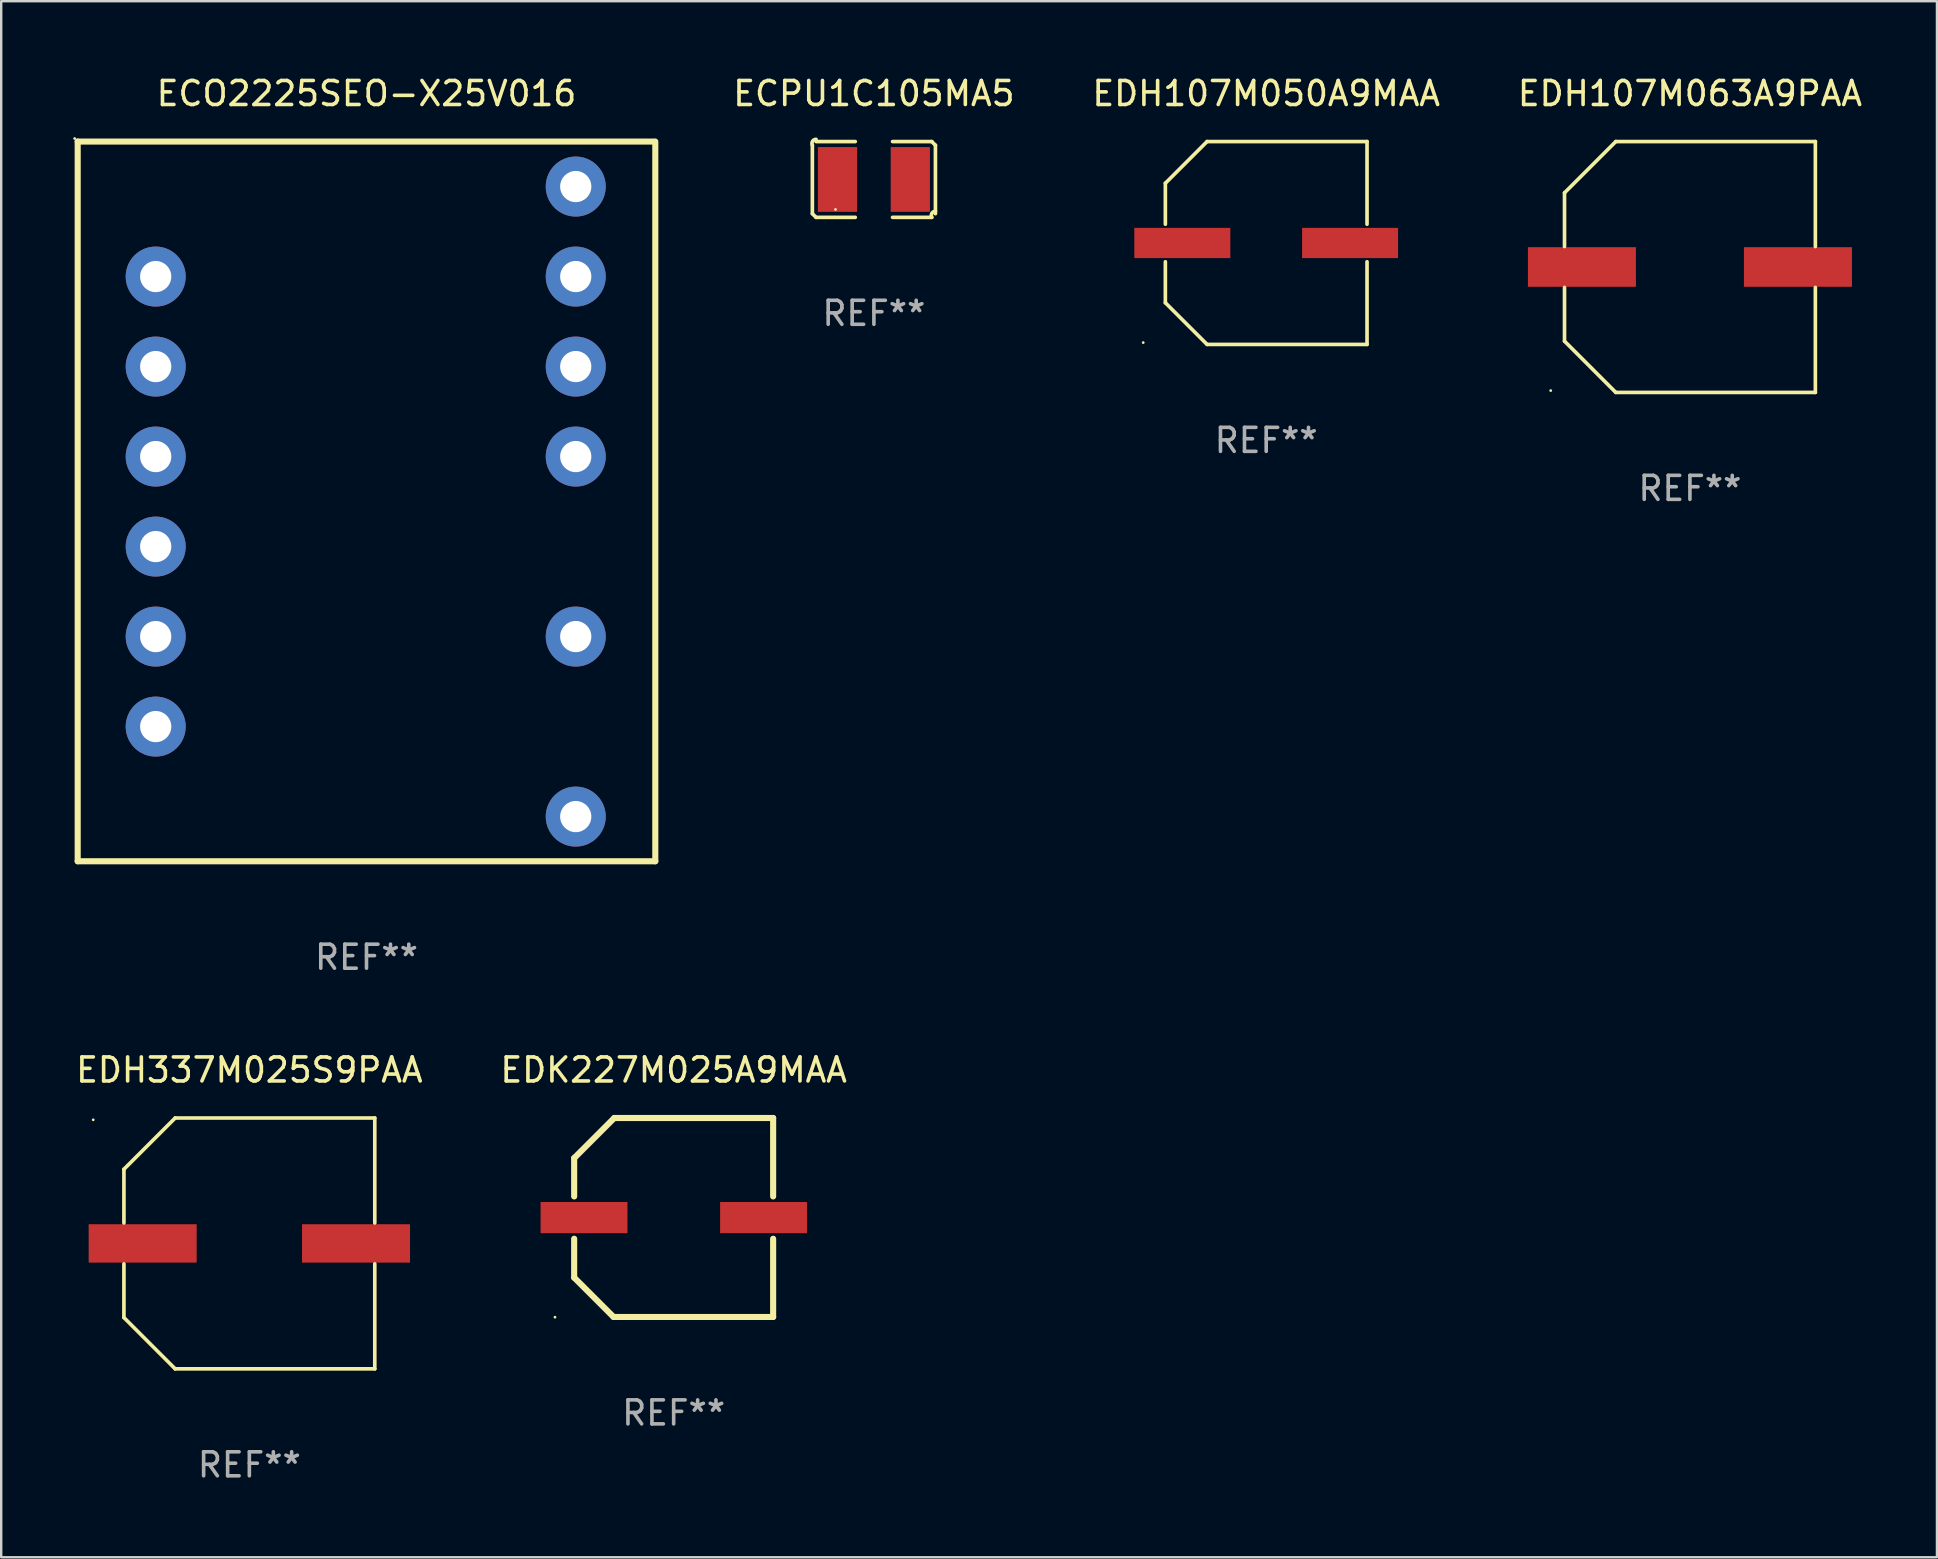
<source format=kicad_pcb>
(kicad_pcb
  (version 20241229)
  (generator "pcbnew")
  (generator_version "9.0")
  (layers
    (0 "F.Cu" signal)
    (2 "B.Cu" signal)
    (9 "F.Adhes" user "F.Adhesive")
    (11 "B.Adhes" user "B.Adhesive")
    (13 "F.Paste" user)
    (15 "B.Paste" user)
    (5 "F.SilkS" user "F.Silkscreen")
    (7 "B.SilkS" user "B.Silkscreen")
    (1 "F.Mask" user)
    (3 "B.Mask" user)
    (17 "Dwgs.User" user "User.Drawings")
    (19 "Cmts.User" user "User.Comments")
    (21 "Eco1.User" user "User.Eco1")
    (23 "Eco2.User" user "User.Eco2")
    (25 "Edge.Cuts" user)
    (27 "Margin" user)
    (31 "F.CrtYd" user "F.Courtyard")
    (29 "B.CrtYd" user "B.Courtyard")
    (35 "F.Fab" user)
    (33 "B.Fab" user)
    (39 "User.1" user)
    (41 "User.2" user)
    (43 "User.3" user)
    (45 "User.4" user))
  (footprint "EDK227M025A9MAA"
    (layer "F.Cu")
    (at 25.018 47.676)
    (property "Reference" "EDK227M025A9MAA" (at 0 -6.145 0) (layer "F.SilkS") (effects (font (size 1 1) (thickness 0.15))))
    (attr through_hole)
    (fp_line (start -4.145 -2.475) (end -4.145 -0.876) (stroke (width 0.254) (type solid)) (layer "F.SilkS"))
    (fp_line (start -4.145 0.886) (end -4.145 2.505) (stroke (width 0.254) (type solid)) (layer "F.SilkS"))
    (fp_line (start -4.145 2.505) (end -2.505 4.145) (stroke (width 0.254) (type solid)) (layer "F.SilkS"))
    (fp_line (start -2.505 4.145) (end 4.145 4.145) (stroke (width 0.254) (type solid)) (layer "F.SilkS"))
    (fp_line (start -2.475 -4.145) (end -4.145 -2.475) (stroke (width 0.254) (type solid)) (layer "F.SilkS"))
    (fp_line (start 4.145 -4.145) (end -2.475 -4.145) (stroke (width 0.254) (type solid)) (layer "F.SilkS"))
    (fp_line (start 4.145 -0.876) (end 4.145 -4.145) (stroke (width 0.254) (type solid)) (layer "F.SilkS"))
    (fp_line (start 4.145 4.145) (end 4.145 0.886) (stroke (width 0.254) (type solid)) (layer "F.SilkS"))
    (fp_circle (center -4.945 4.155) (end -4.915 4.155) (stroke (width 0.06) (type solid)) (fill no) (layer "F.SilkS"))
    (fp_text user "REF**" (at 0 8.145 0) (layer "F.Fab") (effects (font (size 1 1) (thickness 0.15))))
    (pad "1" smd rect (at -3.735 0.005) (size 3.62 1.3) (layers "F.Cu" "F.Mask" "F.Paste"))
    (pad "2" smd rect (at 3.745 0.005) (size 3.62 1.3) (layers "F.Cu" "F.Mask" "F.Paste")))
  (footprint "ECPU1C105MA5"
    (layer "F.Cu")
    (at 33.361 4.427)
    (property "Reference" "ECPU1C105MA5" (at 0 -3.579 0) (layer "F.SilkS") (effects (font (size 1 1) (thickness 0.15))))
    (attr through_hole)
    (fp_line (start -2.564 1.426) (end -2.564 -1.426) (stroke (width 0.152) (type solid)) (layer "F.SilkS"))
    (fp_line (start -2.411 -1.579) (end -0.776 -1.579) (stroke (width 0.152) (type solid)) (layer "F.SilkS"))
    (fp_line (start -0.776 1.579) (end -2.411 1.579) (stroke (width 0.152) (type solid)) (layer "F.SilkS"))
    (fp_line (start 0.776 1.579) (end 2.411 1.579) (stroke (width 0.152) (type solid)) (layer "F.SilkS"))
    (fp_line (start 2.411 -1.579) (end 0.776 -1.579) (stroke (width 0.152) (type solid)) (layer "F.SilkS"))
    (fp_line (start 2.564 1.426) (end 2.564 -1.426) (stroke (width 0.152) (type solid)) (layer "F.SilkS"))
    (fp_arc (start -2.563602 -1.426213) (mid -2.555597 -1.591233) (end -2.411201 -1.671518) (stroke (width 0.1524) (type solid)) (layer "F.SilkS"))
    (fp_arc (start -2.5636 1.426214) (mid -2.487389 1.502402) (end -2.411201 1.578613) (stroke (width 0.1524) (type solid)) (layer "F.SilkS"))
    (fp_arc (start 2.411197 -1.578618) (mid 2.487403 -1.502419) (end 2.563602 -1.426213) (stroke (width 0.1524) (type solid)) (layer "F.SilkS"))
    (fp_arc (start 2.411201 1.578613) (mid 2.416214 1.409455) (end 2.563602 1.32629) (stroke (width 0.1524) (type solid)) (layer "F.SilkS"))
    (fp_circle (center -1.6 1.25) (end -1.57 1.25) (stroke (width 0.06) (type solid)) (fill no) (layer "F.SilkS"))
    (fp_text user "REF**" (at 0 5.579 0) (layer "F.Fab") (effects (font (size 1 1) (thickness 0.15))))
    (pad "1" smd rect (at -1.517 0) (size 1.635 2.7) (layers "F.Cu" "F.Mask" "F.Paste"))
    (pad "2" smd rect (at 1.517 0) (size 1.635 2.7) (layers "F.Cu" "F.Mask" "F.Paste")))
  (footprint "ECO2225SEO-X25V016"
    (layer "F.Cu")
    (at 12.22 17.841)
    (property "Reference" "ECO2225SEO-X25V016" (at 0 -16.993 0) (layer "F.SilkS") (effects (font (size 1 1) (thickness 0.15))))
    (attr through_hole)
    (fp_line (start -12.033 -14.993) (end -12.033 14.993) (stroke (width 0.254) (type solid)) (layer "F.SilkS"))
    (fp_line (start -12.033 14.993) (end 12.033 14.993) (stroke (width 0.254) (type solid)) (layer "F.SilkS"))
    (fp_line (start 11.968 -14.993) (end -12.033 -14.993) (stroke (width 0.254) (type solid)) (layer "F.SilkS"))
    (fp_line (start 12.033 14.993) (end 12.033 -14.993) (stroke (width 0.254) (type solid)) (layer "F.SilkS"))
    (fp_circle (center -12.16 -15.12) (end -12.13 -15.12) (stroke (width 0.06) (type solid)) (fill no) (layer "F.SilkS"))
    (fp_text user "REF**" (at 0 18.993 0) (layer "F.Fab") (effects (font (size 1 1) (thickness 0.15))))
    (pad "1" thru_hole circle (at -8.783 -9.368) (size 2.5 2.5) (drill 1.3) (layers "*.Cu" "*.Mask"))
    (pad "2" thru_hole circle (at -8.783 -5.618) (size 2.5 2.5) (drill 1.3) (layers "*.Cu" "*.Mask"))
    (pad "3" thru_hole circle (at -8.783 -1.868) (size 2.5 2.5) (drill 1.3) (layers "*.Cu" "*.Mask"))
    (pad "4" thru_hole circle (at -8.783 1.882) (size 2.5 2.5) (drill 1.3) (layers "*.Cu" "*.Mask"))
    (pad "5" thru_hole circle (at -8.783 5.632) (size 2.5 2.5) (drill 1.3) (layers "*.Cu" "*.Mask"))
    (pad "6" thru_hole circle (at -8.783 9.382) (size 2.5 2.5) (drill 1.3) (layers "*.Cu" "*.Mask"))
    (pad "7" thru_hole circle (at 8.718 13.132) (size 2.5 2.5) (drill 1.3) (layers "*.Cu" "*.Mask"))
    (pad "9" thru_hole circle (at 8.718 5.632) (size 2.5 2.5) (drill 1.3) (layers "*.Cu" "*.Mask"))
    (pad "11" thru_hole circle (at 8.718 -1.868) (size 2.5 2.5) (drill 1.3) (layers "*.Cu" "*.Mask"))
    (pad "12" thru_hole circle (at 8.718 -5.618) (size 2.5 2.5) (drill 1.3) (layers "*.Cu" "*.Mask"))
    (pad "13" thru_hole circle (at 8.718 -9.368) (size 2.5 2.5) (drill 1.3) (layers "*.Cu" "*.Mask"))
    (pad "14" thru_hole circle (at 8.718 -13.118) (size 2.5 2.5) (drill 1.3) (layers "*.Cu" "*.Mask")))
  (footprint "EDH107M063A9PAA"
    (layer "F.Cu")
    (at 67.361 8.074)
    (property "Reference" "EDH107M063A9PAA" (at 0 -7.226 0) (layer "F.SilkS") (effects (font (size 1 1) (thickness 0.15))))
    (attr through_hole)
    (fp_line (start -5.226 -3.09) (end -5.226 -0.852) (stroke (width 0.152) (type solid)) (layer "F.SilkS"))
    (fp_line (start -5.226 3.09) (end -5.226 0.852) (stroke (width 0.152) (type solid)) (layer "F.SilkS"))
    (fp_line (start -3.09 -5.226) (end -5.226 -3.09) (stroke (width 0.152) (type solid)) (layer "F.SilkS"))
    (fp_line (start -3.09 5.226) (end -5.226 3.09) (stroke (width 0.152) (type solid)) (layer "F.SilkS"))
    (fp_line (start 5.226 -5.226) (end -3.09 -5.226) (stroke (width 0.152) (type solid)) (layer "F.SilkS"))
    (fp_line (start 5.226 -0.852) (end 5.226 -5.226) (stroke (width 0.152) (type solid)) (layer "F.SilkS"))
    (fp_line (start 5.226 0.852) (end 5.226 5.226) (stroke (width 0.152) (type solid)) (layer "F.SilkS"))
    (fp_line (start 5.226 5.226) (end -3.09 5.226) (stroke (width 0.152) (type solid)) (layer "F.SilkS"))
    (fp_circle (center -5.8 5.15) (end -5.77 5.15) (stroke (width 0.06) (type solid)) (fill no) (layer "F.SilkS"))
    (fp_text user "REF**" (at 0 9.226 0) (layer "F.Fab") (effects (font (size 1 1) (thickness 0.15))))
    (pad "1" smd rect (at -4.5 0) (size 4.5 1.65) (layers "F.Cu" "F.Mask" "F.Paste"))
    (pad "2" smd rect (at 4.5 0) (size 4.5 1.65) (layers "F.Cu" "F.Mask" "F.Paste")))
  (footprint "EDH107M050A9MAA"
    (layer "F.Cu")
    (at 49.706 7.074)
    (property "Reference" "EDH107M050A9MAA" (at 0 -6.226 0) (layer "F.SilkS") (effects (font (size 1 1) (thickness 0.15))))
    (attr through_hole)
    (fp_line (start -4.201 -2.49) (end -4.201 -0.782) (stroke (width 0.152) (type solid)) (layer "F.SilkS"))
    (fp_line (start -4.201 2.49) (end -4.201 0.782) (stroke (width 0.152) (type solid)) (layer "F.SilkS"))
    (fp_line (start -2.465 -4.226) (end -4.201 -2.49) (stroke (width 0.152) (type solid)) (layer "F.SilkS"))
    (fp_line (start -2.465 4.226) (end -4.201 2.49) (stroke (width 0.152) (type solid)) (layer "F.SilkS"))
    (fp_line (start 4.201 -4.226) (end -2.465 -4.226) (stroke (width 0.152) (type solid)) (layer "F.SilkS"))
    (fp_line (start 4.201 -0.782) (end 4.201 -4.226) (stroke (width 0.152) (type solid)) (layer "F.SilkS"))
    (fp_line (start 4.201 0.782) (end 4.201 4.226) (stroke (width 0.152) (type solid)) (layer "F.SilkS"))
    (fp_line (start 4.201 4.226) (end -2.465 4.226) (stroke (width 0.152) (type solid)) (layer "F.SilkS"))
    (fp_circle (center -5.125 4.15) (end -5.095 4.15) (stroke (width 0.06) (type solid)) (fill no) (layer "F.SilkS"))
    (fp_text user "REF**" (at 0 8.226 0) (layer "F.Fab") (effects (font (size 1 1) (thickness 0.15))))
    (pad "1" smd rect (at -3.495 0.000025) (size 4 1.26) (layers "F.Cu" "F.Mask" "F.Paste"))
    (pad "2" smd rect (at 3.495 0.000025) (size 4 1.26) (layers "F.Cu" "F.Mask" "F.Paste")))
  (footprint "EDH337M025S9PAA"
    (layer "F.Cu")
    (at 7.339 48.757)
    (property "Reference" "EDH337M025S9PAA" (at 0 -7.226 0) (layer "F.SilkS") (effects (font (size 1 1) (thickness 0.15))))
    (attr through_hole)
    (fp_line (start -5.226 -3.09) (end -5.226 -0.852) (stroke (width 0.152) (type solid)) (layer "F.SilkS"))
    (fp_line (start -5.226 3.09) (end -5.226 0.852) (stroke (width 0.152) (type solid)) (layer "F.SilkS"))
    (fp_line (start -3.09 -5.226) (end -5.226 -3.09) (stroke (width 0.152) (type solid)) (layer "F.SilkS"))
    (fp_line (start -3.09 5.226) (end -5.226 3.09) (stroke (width 0.152) (type solid)) (layer "F.SilkS"))
    (fp_line (start 5.226 -5.226) (end -3.09 -5.226) (stroke (width 0.152) (type solid)) (layer "F.SilkS"))
    (fp_line (start 5.226 -0.852) (end 5.226 -5.226) (stroke (width 0.152) (type solid)) (layer "F.SilkS"))
    (fp_line (start 5.226 0.852) (end 5.226 5.226) (stroke (width 0.152) (type solid)) (layer "F.SilkS"))
    (fp_line (start 5.226 5.226) (end -3.09 5.226) (stroke (width 0.152) (type solid)) (layer "F.SilkS"))
    (fp_circle (center -6.505 -5.15) (end -6.475 -5.15) (stroke (width 0.06) (type solid)) (fill no) (layer "F.SilkS"))
    (fp_text user "REF**" (at 0 9.226 0) (layer "F.Fab") (effects (font (size 1 1) (thickness 0.15))))
    (pad "1" smd rect (at -4.445 0) (size 4.5 1.6) (layers "F.Cu" "F.Mask" "F.Paste"))
    (pad "2" smd rect (at 4.445 0) (size 4.5 1.6) (layers "F.Cu" "F.Mask" "F.Paste")))
  (gr_rect
    (start -3 -3)
    (end 77.653 61.832)
    (stroke (width 0.1) (type default))
    (fill no)
    (layer "Edge.Cuts")))
</source>
